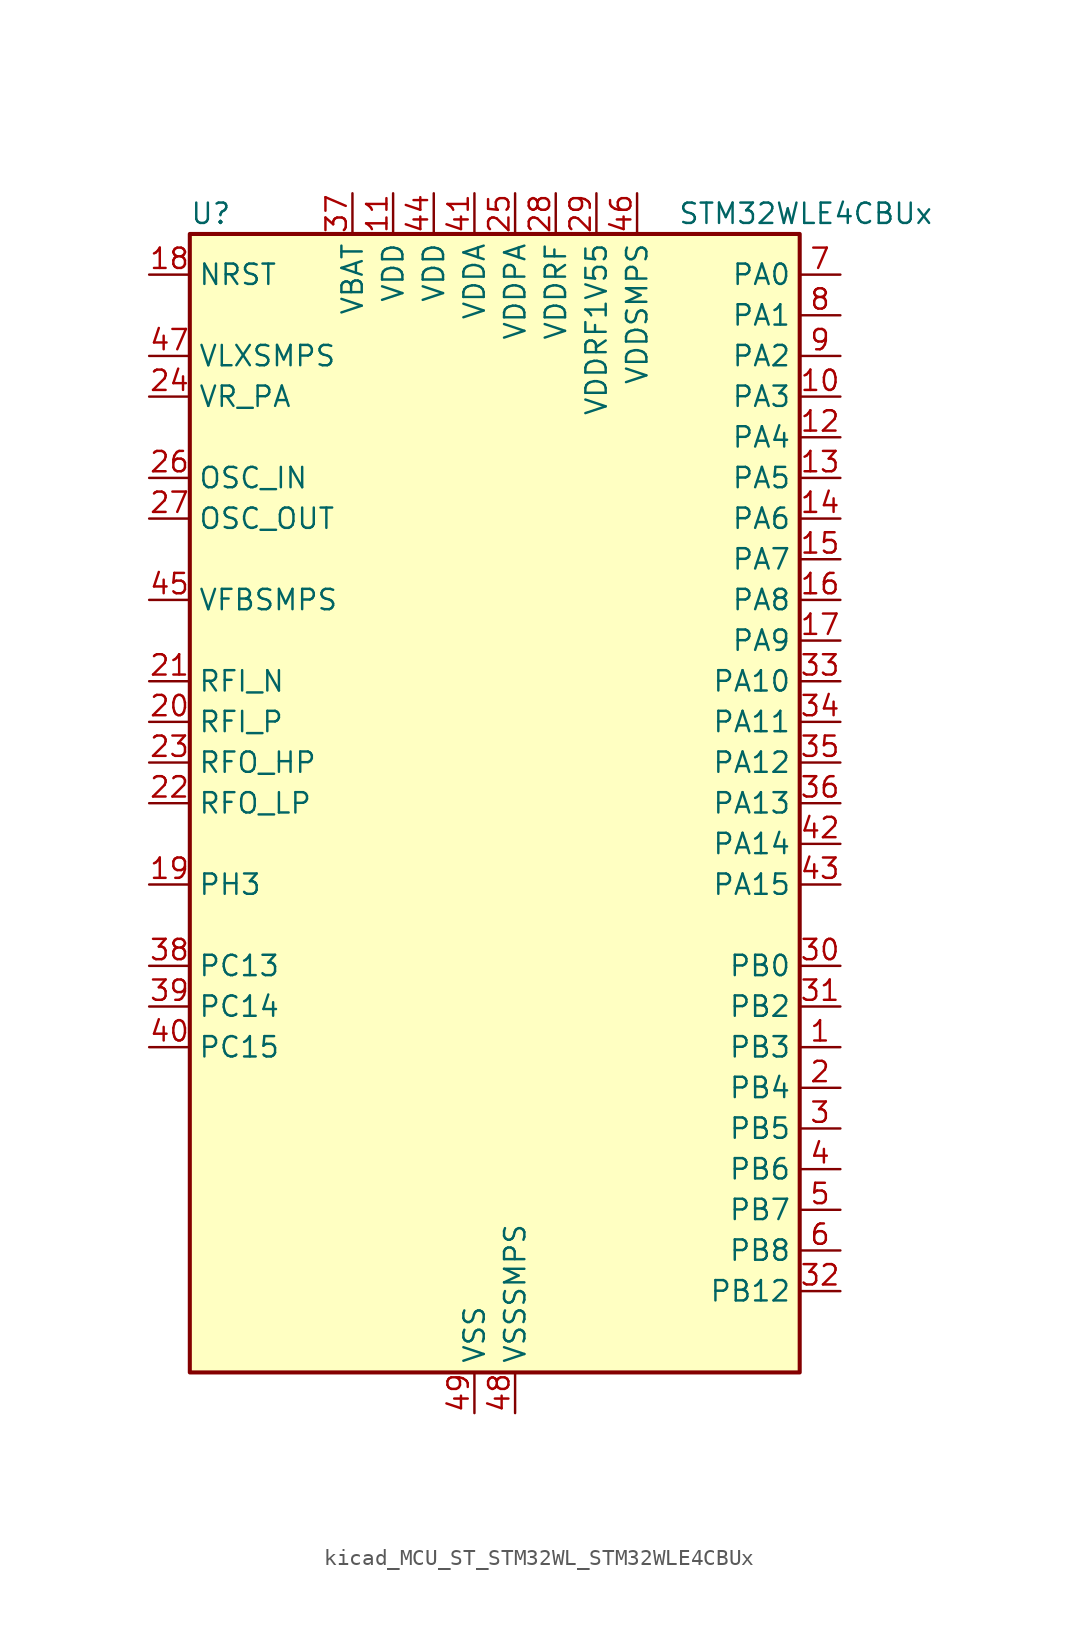
<source format=kicad_sym>
(kicad_symbol_lib
  (version 20220914)
  (generator kicad_symbol_editor)
  (symbol "kicad_MCU_ST_STM32WL_STM32WLE4CBUx"
    (property "Reference" "U"
      (at -17.78 36.83 0)
      (effects (font (size 1.27 1.27)) (justify left)))
    (property "Value" "STM32WLE4CBUx"
      (at 12.7 36.83 0)
      (effects (font (size 1.27 1.27)) (justify left)))
    (property "ki_locked" ""
      (at 0 0 0)
      (effects (font (size 1.27 1.27))))
    (symbol "kicad_MCU_ST_STM32WL_STM32WLE4CBUx_0_1"
      (rectangle (start -17.78 -35.56) (end 20.32 35.56) (stroke (width 0.254) (type default)) (fill (type background))))
    (symbol "kicad_MCU_ST_STM32WL_STM32WLE4CBUx_1_1"
      (pin bidirectional line (at 22.86 -15.24 180) (length 2.54) (name "PB3" (effects (font (size 1.27 1.27)))) (number "1" (effects (font (size 1.27 1.27)))) (alternate "ADC_IN2" bidirectional line) (alternate "COMP1_INM" bidirectional line) (alternate "COMP2_INM" bidirectional line) (alternate "DEBUG_JTDO-SWO" bidirectional line) (alternate "DEBUG_RF-DTB1" bidirectional line) (alternate "PWR_WKUP3" bidirectional line) (alternate "RTC_TAMP_IN3" bidirectional line) (alternate "SPI1_SCK" bidirectional line) (alternate "TIM2_CH2" bidirectional line) (alternate "USART1_DE" bidirectional line) (alternate "USART1_RTS" bidirectional line))
      (pin bidirectional line (at 22.86 25.4 180) (length 2.54) (name "PA3" (effects (font (size 1.27 1.27)))) (number "10" (effects (font (size 1.27 1.27)))) (alternate "I2S2_MCK" bidirectional line) (alternate "LPUART1_RX" bidirectional line) (alternate "TIM2_CH4" bidirectional line) (alternate "USART2_RX" bidirectional line))
      (pin power_in line (at -5.08 38.1 270) (length 2.54) (name "VDD" (effects (font (size 1.27 1.27)))) (number "11" (effects (font (size 1.27 1.27)))))
      (pin bidirectional line (at 22.86 22.86 180) (length 2.54) (name "PA4" (effects (font (size 1.27 1.27)))) (number "12" (effects (font (size 1.27 1.27)))) (alternate "DEBUG_SUBGHZSPI-NSSOUT" bidirectional line) (alternate "LPTIM1_OUT" bidirectional line) (alternate "LPTIM2_OUT" bidirectional line) (alternate "RTC_OUT2" bidirectional line) (alternate "SPI1_NSS" bidirectional line) (alternate "USART2_CK" bidirectional line))
      (pin bidirectional line (at 22.86 20.32 180) (length 2.54) (name "PA5" (effects (font (size 1.27 1.27)))) (number "13" (effects (font (size 1.27 1.27)))) (alternate "DEBUG_SUBGHZSPI-SCKOUT" bidirectional line) (alternate "LPTIM2_ETR" bidirectional line) (alternate "SPI1_SCK" bidirectional line) (alternate "SPI2_MISO" bidirectional line) (alternate "TIM2_CH1" bidirectional line) (alternate "TIM2_ETR" bidirectional line))
      (pin bidirectional line (at 22.86 17.78 180) (length 2.54) (name "PA6" (effects (font (size 1.27 1.27)))) (number "14" (effects (font (size 1.27 1.27)))) (alternate "DEBUG_SUBGHZSPI-MISOOUT" bidirectional line) (alternate "I2C2_SMBA" bidirectional line) (alternate "LPUART1_CTS" bidirectional line) (alternate "SPI1_MISO" bidirectional line) (alternate "TIM16_CH1" bidirectional line) (alternate "TIM1_BKIN" bidirectional line))
      (pin bidirectional line (at 22.86 15.24 180) (length 2.54) (name "PA7" (effects (font (size 1.27 1.27)))) (number "15" (effects (font (size 1.27 1.27)))) (alternate "COMP2_OUT" bidirectional line) (alternate "DEBUG_SUBGHZSPI-MOSIOUT" bidirectional line) (alternate "I2C3_SCL" bidirectional line) (alternate "SPI1_MOSI" bidirectional line) (alternate "TIM17_CH1" bidirectional line) (alternate "TIM1_CH1N" bidirectional line))
      (pin bidirectional line (at 22.86 12.7 180) (length 2.54) (name "PA8" (effects (font (size 1.27 1.27)))) (number "16" (effects (font (size 1.27 1.27)))) (alternate "I2S2_CK" bidirectional line) (alternate "LPTIM2_OUT" bidirectional line) (alternate "RCC_MCO" bidirectional line) (alternate "SPI2_SCK" bidirectional line) (alternate "TIM1_CH1" bidirectional line) (alternate "USART1_CK" bidirectional line))
      (pin bidirectional line (at 22.86 10.16 180) (length 2.54) (name "PA9" (effects (font (size 1.27 1.27)))) (number "17" (effects (font (size 1.27 1.27)))) (alternate "DAC_EXTI9" bidirectional line) (alternate "I2C1_SCL" bidirectional line) (alternate "I2S2_CK" bidirectional line) (alternate "I2S2_WS" bidirectional line) (alternate "SPI2_NSS" bidirectional line) (alternate "SPI2_SCK" bidirectional line) (alternate "TIM1_CH2" bidirectional line) (alternate "USART1_TX" bidirectional line))
      (pin input line (at -20.32 33.02 0) (length 2.54) (name "NRST" (effects (font (size 1.27 1.27)))) (number "18" (effects (font (size 1.27 1.27)))))
      (pin bidirectional line (at -20.32 -5.08 0) (length 2.54) (name "PH3" (effects (font (size 1.27 1.27)))) (number "19" (effects (font (size 1.27 1.27)))))
      (pin bidirectional line (at 22.86 -17.78 180) (length 2.54) (name "PB4" (effects (font (size 1.27 1.27)))) (number "2" (effects (font (size 1.27 1.27)))) (alternate "ADC_IN3" bidirectional line) (alternate "COMP1_INP" bidirectional line) (alternate "COMP2_INP" bidirectional line) (alternate "DEBUG_JTRST" bidirectional line) (alternate "DEBUG_RF-LDORDY" bidirectional line) (alternate "I2C3_SDA" bidirectional line) (alternate "SPI1_MISO" bidirectional line) (alternate "TIM17_BKIN" bidirectional line) (alternate "USART1_CTS" bidirectional line) (alternate "USART1_NSS" bidirectional line))
      (pin bidirectional line (at -20.32 5.08 0) (length 2.54) (name "RFI_P" (effects (font (size 1.27 1.27)))) (number "20" (effects (font (size 1.27 1.27)))))
      (pin bidirectional line (at -20.32 7.62 0) (length 2.54) (name "RFI_N" (effects (font (size 1.27 1.27)))) (number "21" (effects (font (size 1.27 1.27)))))
      (pin bidirectional line (at -20.32 0 0) (length 2.54) (name "RFO_LP" (effects (font (size 1.27 1.27)))) (number "22" (effects (font (size 1.27 1.27)))))
      (pin bidirectional line (at -20.32 2.54 0) (length 2.54) (name "RFO_HP" (effects (font (size 1.27 1.27)))) (number "23" (effects (font (size 1.27 1.27)))))
      (pin power_in line (at -20.32 25.4 0) (length 2.54) (name "VR_PA" (effects (font (size 1.27 1.27)))) (number "24" (effects (font (size 1.27 1.27)))))
      (pin power_in line (at 2.54 38.1 270) (length 2.54) (name "VDDPA" (effects (font (size 1.27 1.27)))) (number "25" (effects (font (size 1.27 1.27)))))
      (pin input line (at -20.32 20.32 0) (length 2.54) (name "OSC_IN" (effects (font (size 1.27 1.27)))) (number "26" (effects (font (size 1.27 1.27)))) (alternate "RCC_OSC_IN" bidirectional line))
      (pin input line (at -20.32 17.78 0) (length 2.54) (name "OSC_OUT" (effects (font (size 1.27 1.27)))) (number "27" (effects (font (size 1.27 1.27)))) (alternate "RCC_OSC_OUT" bidirectional line))
      (pin power_in line (at 5.08 38.1 270) (length 2.54) (name "VDDRF" (effects (font (size 1.27 1.27)))) (number "28" (effects (font (size 1.27 1.27)))))
      (pin power_in line (at 7.62 38.1 270) (length 2.54) (name "VDDRF1V55" (effects (font (size 1.27 1.27)))) (number "29" (effects (font (size 1.27 1.27)))))
      (pin bidirectional line (at 22.86 -20.32 180) (length 2.54) (name "PB5" (effects (font (size 1.27 1.27)))) (number "3" (effects (font (size 1.27 1.27)))) (alternate "COMP2_OUT" bidirectional line) (alternate "I2C1_SMBA" bidirectional line) (alternate "LPTIM1_IN1" bidirectional line) (alternate "SPI1_MOSI" bidirectional line) (alternate "TIM16_BKIN" bidirectional line) (alternate "USART1_CK" bidirectional line))
      (pin bidirectional line (at 22.86 -10.16 180) (length 2.54) (name "PB0" (effects (font (size 1.27 1.27)))) (number "30" (effects (font (size 1.27 1.27)))) (alternate "COMP1_OUT" bidirectional line) (alternate "VDDTCXO" bidirectional line))
      (pin bidirectional line (at 22.86 -12.7 180) (length 2.54) (name "PB2" (effects (font (size 1.27 1.27)))) (number "31" (effects (font (size 1.27 1.27)))) (alternate "ADC_IN4" bidirectional line) (alternate "COMP1_INP" bidirectional line) (alternate "COMP2_INM" bidirectional line) (alternate "DEBUG_RF-SMPSRDY" bidirectional line) (alternate "I2C3_SMBA" bidirectional line) (alternate "LPTIM1_OUT" bidirectional line) (alternate "SPI1_NSS" bidirectional line))
      (pin bidirectional line (at 22.86 -30.48 180) (length 2.54) (name "PB12" (effects (font (size 1.27 1.27)))) (number "32" (effects (font (size 1.27 1.27)))) (alternate "I2C3_SMBA" bidirectional line) (alternate "I2S2_WS" bidirectional line) (alternate "LPUART1_RTS" bidirectional line) (alternate "SPI2_NSS" bidirectional line) (alternate "TIM1_BKIN" bidirectional line))
      (pin bidirectional line (at 22.86 7.62 180) (length 2.54) (name "PA10" (effects (font (size 1.27 1.27)))) (number "33" (effects (font (size 1.27 1.27)))) (alternate "ADC_IN6" bidirectional line) (alternate "COMP1_INM" bidirectional line) (alternate "COMP2_INM" bidirectional line) (alternate "DAC_OUT1" bidirectional line) (alternate "DEBUG_RF-HSE32RDY" bidirectional line) (alternate "I2C1_SDA" bidirectional line) (alternate "I2S2_SD" bidirectional line) (alternate "RTC_REFIN" bidirectional line) (alternate "SPI2_MOSI" bidirectional line) (alternate "TIM17_BKIN" bidirectional line) (alternate "TIM1_CH3" bidirectional line) (alternate "USART1_RX" bidirectional line))
      (pin bidirectional line (at 22.86 5.08 180) (length 2.54) (name "PA11" (effects (font (size 1.27 1.27)))) (number "34" (effects (font (size 1.27 1.27)))) (alternate "ADC_EXTI11" bidirectional line) (alternate "ADC_IN7" bidirectional line) (alternate "COMP1_INM" bidirectional line) (alternate "COMP2_INM" bidirectional line) (alternate "DEBUG_RF-NRESET" bidirectional line) (alternate "I2C2_SDA" bidirectional line) (alternate "LPTIM3_ETR" bidirectional line) (alternate "SPI1_MISO" bidirectional line) (alternate "TIM1_BKIN2" bidirectional line) (alternate "TIM1_CH4" bidirectional line) (alternate "USART1_CTS" bidirectional line) (alternate "USART1_NSS" bidirectional line))
      (pin bidirectional line (at 22.86 2.54 180) (length 2.54) (name "PA12" (effects (font (size 1.27 1.27)))) (number "35" (effects (font (size 1.27 1.27)))) (alternate "ADC_IN8" bidirectional line) (alternate "DEBUG_RF-BUSY" bidirectional line) (alternate "I2C2_SCL" bidirectional line) (alternate "LPTIM3_IN1" bidirectional line) (alternate "SPI1_MOSI" bidirectional line) (alternate "TIM1_ETR" bidirectional line) (alternate "USART1_DE" bidirectional line) (alternate "USART1_RTS" bidirectional line))
      (pin bidirectional line (at 22.86 0 180) (length 2.54) (name "PA13" (effects (font (size 1.27 1.27)))) (number "36" (effects (font (size 1.27 1.27)))) (alternate "ADC_IN9" bidirectional line) (alternate "DEBUG_JTMS-SWDIO" bidirectional line) (alternate "I2C2_SMBA" bidirectional line) (alternate "IR_OUT" bidirectional line))
      (pin power_in line (at -7.62 38.1 270) (length 2.54) (name "VBAT" (effects (font (size 1.27 1.27)))) (number "37" (effects (font (size 1.27 1.27)))))
      (pin bidirectional line (at -20.32 -10.16 0) (length 2.54) (name "PC13" (effects (font (size 1.27 1.27)))) (number "38" (effects (font (size 1.27 1.27)))) (alternate "PWR_WKUP2" bidirectional line) (alternate "RTC_OUT1" bidirectional line) (alternate "RTC_TAMP_IN1" bidirectional line) (alternate "RTC_TS" bidirectional line))
      (pin bidirectional line (at -20.32 -12.7 0) (length 2.54) (name "PC14" (effects (font (size 1.27 1.27)))) (number "39" (effects (font (size 1.27 1.27)))) (alternate "RCC_OSC32_IN" bidirectional line))
      (pin bidirectional line (at 22.86 -22.86 180) (length 2.54) (name "PB6" (effects (font (size 1.27 1.27)))) (number "4" (effects (font (size 1.27 1.27)))) (alternate "I2C1_SCL" bidirectional line) (alternate "LPTIM1_ETR" bidirectional line) (alternate "TIM16_CH1N" bidirectional line) (alternate "USART1_TX" bidirectional line))
      (pin bidirectional line (at -20.32 -15.24 0) (length 2.54) (name "PC15" (effects (font (size 1.27 1.27)))) (number "40" (effects (font (size 1.27 1.27)))) (alternate "RCC_OSC32_OUT" bidirectional line))
      (pin power_in line (at 0 38.1 270) (length 2.54) (name "VDDA" (effects (font (size 1.27 1.27)))) (number "41" (effects (font (size 1.27 1.27)))))
      (pin bidirectional line (at 22.86 -2.54 180) (length 2.54) (name "PA14" (effects (font (size 1.27 1.27)))) (number "42" (effects (font (size 1.27 1.27)))) (alternate "ADC_IN10" bidirectional line) (alternate "DEBUG_JTCK-SWCLK" bidirectional line) (alternate "I2C1_SMBA" bidirectional line) (alternate "LPTIM1_OUT" bidirectional line))
      (pin bidirectional line (at 22.86 -5.08 180) (length 2.54) (name "PA15" (effects (font (size 1.27 1.27)))) (number "43" (effects (font (size 1.27 1.27)))) (alternate "ADC_IN11" bidirectional line) (alternate "COMP1_INM" bidirectional line) (alternate "COMP2_INP" bidirectional line) (alternate "DEBUG_JTDI" bidirectional line) (alternate "I2C2_SDA" bidirectional line) (alternate "SPI1_NSS" bidirectional line) (alternate "TIM2_CH1" bidirectional line) (alternate "TIM2_ETR" bidirectional line))
      (pin power_in line (at -2.54 38.1 270) (length 2.54) (name "VDD" (effects (font (size 1.27 1.27)))) (number "44" (effects (font (size 1.27 1.27)))))
      (pin input line (at -20.32 12.7 0) (length 2.54) (name "VFBSMPS" (effects (font (size 1.27 1.27)))) (number "45" (effects (font (size 1.27 1.27)))))
      (pin power_in line (at 10.16 38.1 270) (length 2.54) (name "VDDSMPS" (effects (font (size 1.27 1.27)))) (number "46" (effects (font (size 1.27 1.27)))))
      (pin power_in line (at -20.32 27.94 0) (length 2.54) (name "VLXSMPS" (effects (font (size 1.27 1.27)))) (number "47" (effects (font (size 1.27 1.27)))))
      (pin power_in line (at 2.54 -38.1 90) (length 2.54) (name "VSSSMPS" (effects (font (size 1.27 1.27)))) (number "48" (effects (font (size 1.27 1.27)))))
      (pin power_in line (at 0 -38.1 90) (length 2.54) (name "VSS" (effects (font (size 1.27 1.27)))) (number "49" (effects (font (size 1.27 1.27)))))
      (pin bidirectional line (at 22.86 -25.4 180) (length 2.54) (name "PB7" (effects (font (size 1.27 1.27)))) (number "5" (effects (font (size 1.27 1.27)))) (alternate "I2C1_SDA" bidirectional line) (alternate "LPTIM1_IN2" bidirectional line) (alternate "PWR_PVD_IN" bidirectional line) (alternate "TIM17_CH1N" bidirectional line) (alternate "TIM1_BKIN" bidirectional line) (alternate "USART1_RX" bidirectional line))
      (pin bidirectional line (at 22.86 -27.94 180) (length 2.54) (name "PB8" (effects (font (size 1.27 1.27)))) (number "6" (effects (font (size 1.27 1.27)))) (alternate "I2C1_SCL" bidirectional line) (alternate "TIM16_CH1" bidirectional line) (alternate "TIM1_CH2N" bidirectional line))
      (pin bidirectional line (at 22.86 33.02 180) (length 2.54) (name "PA0" (effects (font (size 1.27 1.27)))) (number "7" (effects (font (size 1.27 1.27)))) (alternate "COMP1_OUT" bidirectional line) (alternate "DEBUG_PWR-REGLP1S" bidirectional line) (alternate "I2C3_SMBA" bidirectional line) (alternate "I2S_CKIN" bidirectional line) (alternate "PWR_WKUP1" bidirectional line) (alternate "RTC_TAMP_IN2" bidirectional line) (alternate "TIM2_CH1" bidirectional line) (alternate "TIM2_ETR" bidirectional line) (alternate "USART2_CTS" bidirectional line) (alternate "USART2_NSS" bidirectional line))
      (pin bidirectional line (at 22.86 30.48 180) (length 2.54) (name "PA1" (effects (font (size 1.27 1.27)))) (number "8" (effects (font (size 1.27 1.27)))) (alternate "DEBUG_PWR-REGLP2S" bidirectional line) (alternate "I2C1_SMBA" bidirectional line) (alternate "LPTIM3_OUT" bidirectional line) (alternate "LPUART1_RTS" bidirectional line) (alternate "SPI1_SCK" bidirectional line) (alternate "TIM2_CH2" bidirectional line) (alternate "USART2_DE" bidirectional line) (alternate "USART2_RTS" bidirectional line))
      (pin bidirectional line (at 22.86 27.94 180) (length 2.54) (name "PA2" (effects (font (size 1.27 1.27)))) (number "9" (effects (font (size 1.27 1.27)))) (alternate "COMP2_OUT" bidirectional line) (alternate "DEBUG_PWR-LDORDY" bidirectional line) (alternate "LPUART1_TX" bidirectional line) (alternate "RCC_LSCO" bidirectional line) (alternate "TIM2_CH3" bidirectional line) (alternate "USART2_TX" bidirectional line)))))
</source>
